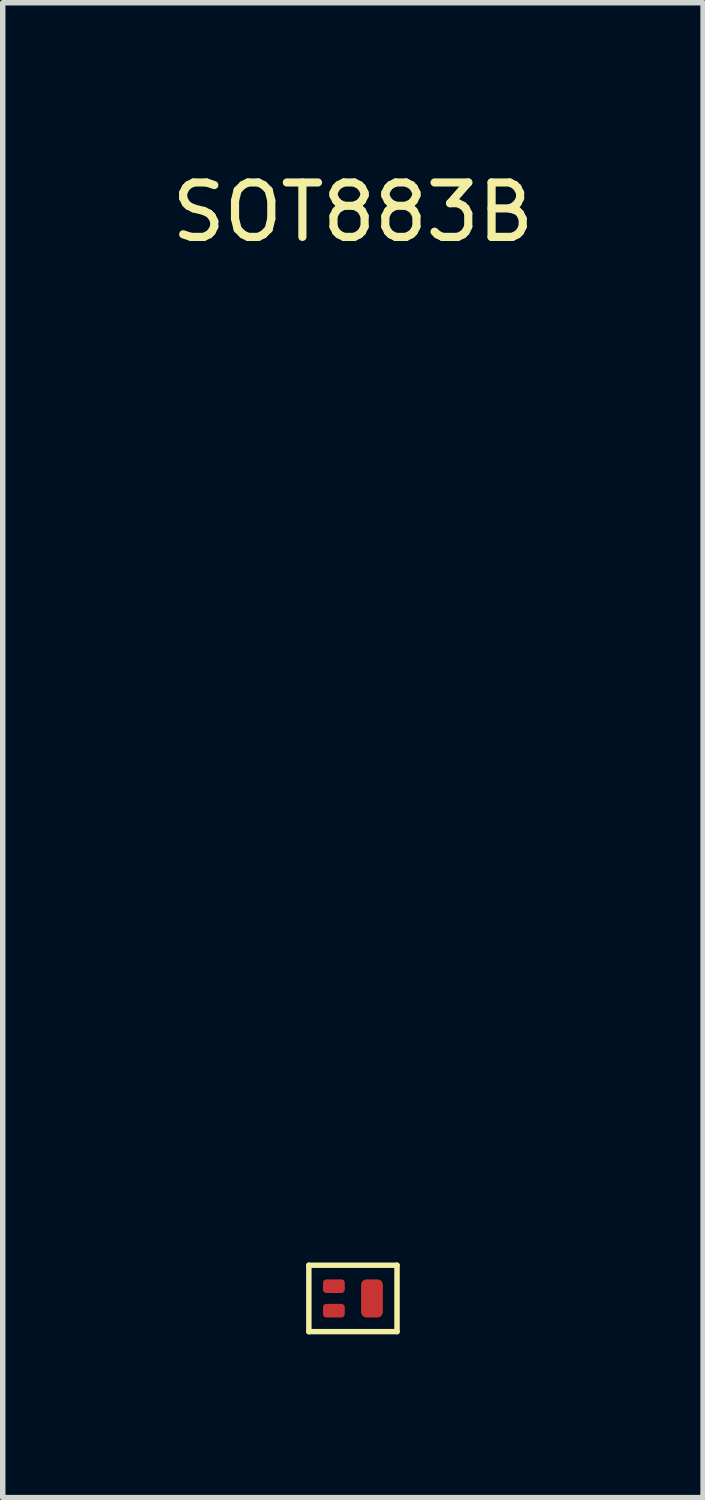
<source format=kicad_pcb>
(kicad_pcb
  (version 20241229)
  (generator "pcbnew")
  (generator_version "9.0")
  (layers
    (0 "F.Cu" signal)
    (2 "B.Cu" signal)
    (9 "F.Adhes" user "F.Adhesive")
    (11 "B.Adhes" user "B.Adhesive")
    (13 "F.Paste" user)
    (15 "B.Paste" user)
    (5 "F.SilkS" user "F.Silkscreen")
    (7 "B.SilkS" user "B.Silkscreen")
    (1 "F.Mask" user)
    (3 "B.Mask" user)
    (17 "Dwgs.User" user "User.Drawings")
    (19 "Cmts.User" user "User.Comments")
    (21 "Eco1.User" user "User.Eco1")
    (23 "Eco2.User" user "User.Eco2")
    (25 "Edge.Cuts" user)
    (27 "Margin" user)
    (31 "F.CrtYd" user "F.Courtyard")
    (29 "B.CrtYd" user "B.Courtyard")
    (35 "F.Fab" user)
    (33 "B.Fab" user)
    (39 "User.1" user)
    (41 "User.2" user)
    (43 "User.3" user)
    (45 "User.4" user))
  (footprint "SOT883B"
    (layer "F.Cu")
    (at 3.435 20.808)
    (property "Reference" "SOT883B" (at 0 -19.96 0) (layer "F.SilkS") (effects (font (size 1 1) (thickness 0.15))))
    (attr through_hole)
    (fp_line (start -0.81 -0.61) (end 0.81 -0.61) (stroke (width 0.1) (type solid)) (layer "F.SilkS"))
    (fp_line (start -0.81 0.61) (end -0.81 -0.61) (stroke (width 0.1) (type solid)) (layer "F.SilkS"))
    (fp_line (start 0.81 -0.61) (end 0.81 0.61) (stroke (width 0.1) (type solid)) (layer "F.SilkS"))
    (fp_line (start 0.81 0.61) (end -0.81 0.61) (stroke (width 0.1) (type solid)) (layer "F.SilkS"))
    (fp_poly (pts (xy -0.5 -0.35) (xy -0.5 -0.1) (xy -0.21 -0.1) (xy -0.21 -0.35)) (stroke (width 0) (type solid)) (fill yes) (layer "F.Paste"))
    (fp_poly (pts (xy -0.5 0.1) (xy -0.5 0.35) (xy -0.2 0.35) (xy -0.2 0.1)) (stroke (width 0) (type solid)) (fill yes) (layer "F.Paste"))
    (fp_poly (pts (xy 0.19 -0.3) (xy 0.51 -0.3) (xy 0.51 0.3) (xy 0.19 0.3)) (stroke (width 0) (type solid)) (fill yes) (layer "F.Paste"))
    (pad "1" smd roundrect (at -0.35 0.225) (size 0.4 0.25) (layers "F.Cu" "F.Mask") (roundrect_rratio 0.25))
    (pad "2" smd roundrect (at -0.35 -0.225) (size 0.4 0.25) (layers "F.Cu" "F.Mask") (roundrect_rratio 0.25))
    (pad "3" smd roundrect (at 0.35 0) (size 0.4 0.7) (layers "F.Cu" "F.Mask") (roundrect_rratio 0.25)))
  (gr_rect
    (start -3 -3)
    (end 9.869 24.468)
    (stroke (width 0.1) (type default))
    (fill no)
    (layer "Edge.Cuts")))
</source>
